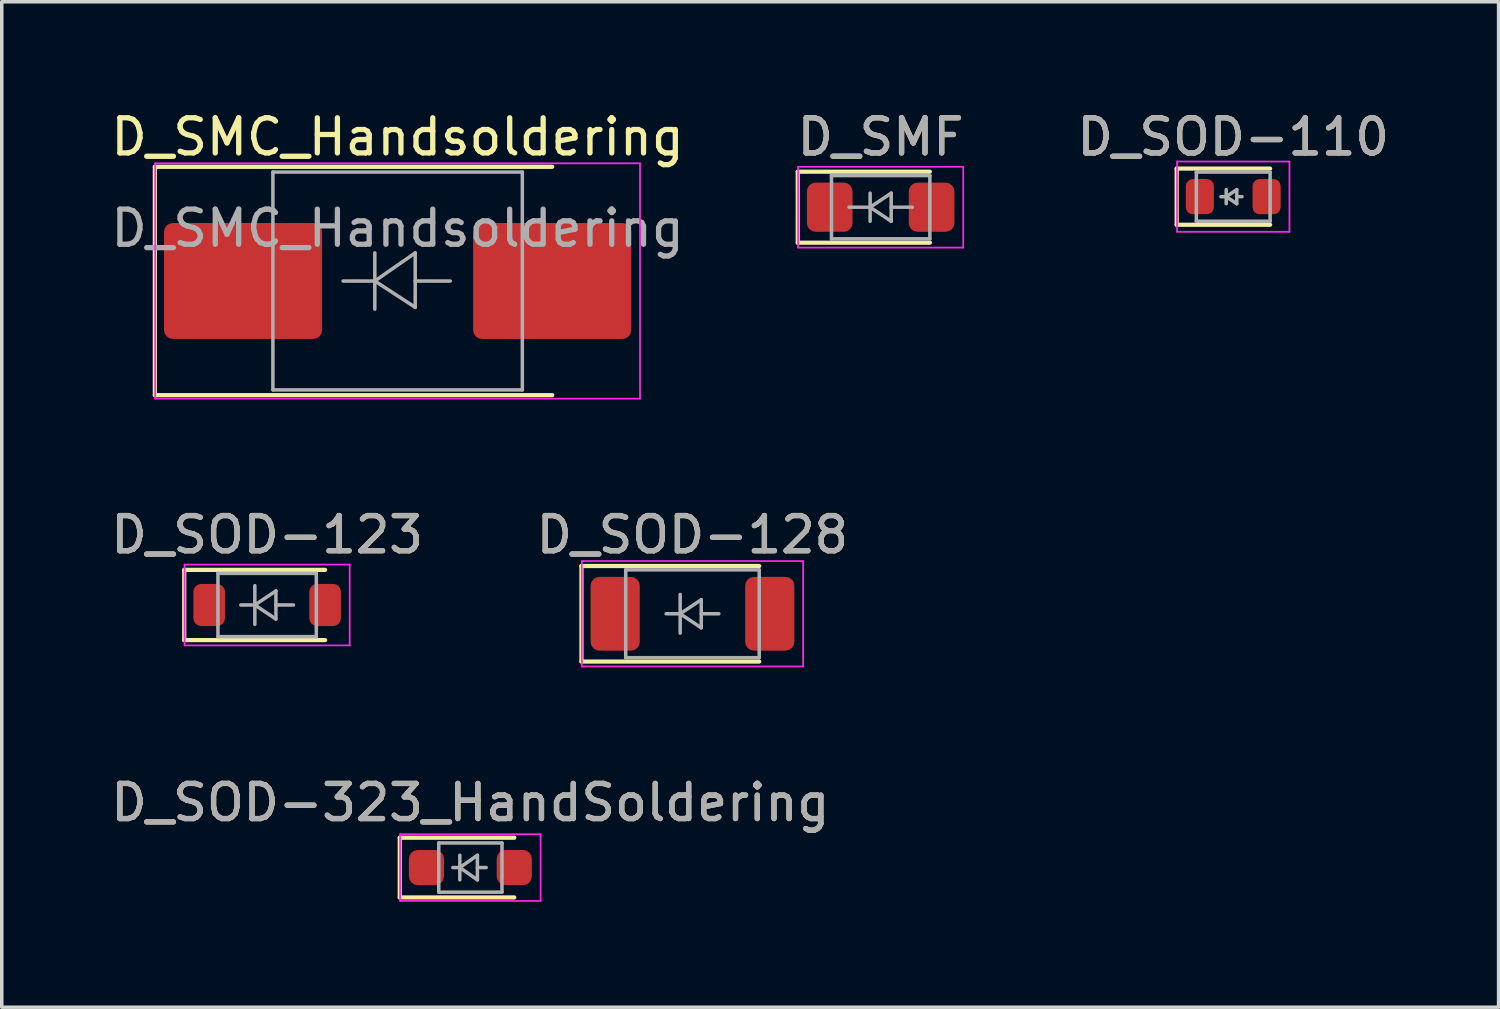
<source format=kicad_pcb>
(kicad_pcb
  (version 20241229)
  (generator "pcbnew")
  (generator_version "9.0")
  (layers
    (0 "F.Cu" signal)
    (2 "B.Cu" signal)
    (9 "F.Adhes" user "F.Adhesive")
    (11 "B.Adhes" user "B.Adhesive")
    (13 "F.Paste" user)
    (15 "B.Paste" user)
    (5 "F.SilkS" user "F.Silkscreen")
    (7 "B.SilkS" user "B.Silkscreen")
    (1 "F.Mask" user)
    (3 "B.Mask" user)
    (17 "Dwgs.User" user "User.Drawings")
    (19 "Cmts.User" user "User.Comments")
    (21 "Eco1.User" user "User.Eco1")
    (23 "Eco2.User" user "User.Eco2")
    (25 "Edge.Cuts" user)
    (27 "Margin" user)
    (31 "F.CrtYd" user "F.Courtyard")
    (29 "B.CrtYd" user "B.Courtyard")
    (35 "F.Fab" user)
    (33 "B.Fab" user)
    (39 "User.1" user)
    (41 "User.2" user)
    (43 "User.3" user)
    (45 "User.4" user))
  (footprint "D_SOD-110"
    (layer "F.Cu")
    (at 32.054 2.548)
    (property "Reference" "D_SOD-110" (at 0 -1.7 0) (layer "F.SilkS") (effects (font (size 1 1) (thickness 0.15))))
    (attr smd)
    (fp_line (start -1.61 -0.8) (end -1.61 0.8) (stroke (width 0.12) (type solid)) (layer "F.SilkS"))
    (fp_line (start -1.61 -0.8) (end 1.05 -0.8) (stroke (width 0.12) (type solid)) (layer "F.SilkS"))
    (fp_line (start -1.61 0.8) (end 1.05 0.8) (stroke (width 0.12) (type solid)) (layer "F.SilkS"))
    (fp_line (start -1.6 -1) (end -1.6 1) (stroke (width 0.05) (type solid)) (layer "F.CrtYd"))
    (fp_line (start -1.6 -1) (end 1.6 -1) (stroke (width 0.05) (type solid)) (layer "F.CrtYd"))
    (fp_line (start 1.6 -1) (end 1.6 1) (stroke (width 0.05) (type solid)) (layer "F.CrtYd"))
    (fp_line (start 1.6 1) (end -1.6 1) (stroke (width 0.05) (type solid)) (layer "F.CrtYd"))
    (fp_line (start -1.05 -0.7) (end -1.05 0.7) (stroke (width 0.1) (type solid)) (layer "F.Fab"))
    (fp_line (start -1.05 0.7) (end 1.05 0.7) (stroke (width 0.1) (type solid)) (layer "F.Fab"))
    (fp_line (start -0.2 0) (end -0.35 0) (stroke (width 0.1) (type solid)) (layer "F.Fab"))
    (fp_line (start -0.2 0) (end 0.1 0.2) (stroke (width 0.1) (type solid)) (layer "F.Fab"))
    (fp_line (start -0.2 0.2) (end -0.2 -0.2) (stroke (width 0.1) (type solid)) (layer "F.Fab"))
    (fp_line (start 0.1 -0.2) (end -0.2 0) (stroke (width 0.1) (type solid)) (layer "F.Fab"))
    (fp_line (start 0.1 0) (end 0.25 0) (stroke (width 0.1) (type solid)) (layer "F.Fab"))
    (fp_line (start 0.1 0.2) (end 0.1 -0.2) (stroke (width 0.1) (type solid)) (layer "F.Fab"))
    (fp_line (start 1.05 -0.7) (end -1.05 -0.7) (stroke (width 0.1) (type solid)) (layer "F.Fab"))
    (fp_line (start 1.05 0.7) (end 1.05 -0.7) (stroke (width 0.1) (type solid)) (layer "F.Fab"))
    (fp_text user "${REFERENCE}" (at 0 -1.7 0) (layer "F.Fab") (effects (font (size 1 1) (thickness 0.15))))
    (pad "1" smd roundrect (at -0.95 0) (size 0.8 1) (layers "F.Cu" "F.Mask" "F.Paste") (roundrect_rratio 0.25))
    (pad "2" smd roundrect (at 0.95 0) (size 0.8 1) (layers "F.Cu" "F.Mask" "F.Paste") (roundrect_rratio 0.25)))
  (footprint "D_SMC_Handsoldering"
    (layer "F.Cu")
    (at 8.268 4.948)
    (property "Reference" "D_SMC_Handsoldering" (at 0 -4.1 0) (layer "F.SilkS") (effects (font (size 1 1) (thickness 0.15))))
    (attr smd)
    (fp_line (start -6.91 -3.25) (end 4.4 -3.25) (stroke (width 0.12) (type solid)) (layer "F.SilkS"))
    (fp_line (start -6.91 3.25) (end -6.91 -3.25) (stroke (width 0.12) (type solid)) (layer "F.SilkS"))
    (fp_line (start -6.91 3.25) (end 4.4 3.25) (stroke (width 0.12) (type solid)) (layer "F.SilkS"))
    (fp_line (start -6.9 -3.35) (end 6.9 -3.35) (stroke (width 0.05) (type solid)) (layer "F.CrtYd"))
    (fp_line (start -6.9 3.35) (end -6.9 -3.35) (stroke (width 0.05) (type solid)) (layer "F.CrtYd"))
    (fp_line (start 6.9 -3.35) (end 6.9 3.35) (stroke (width 0.05) (type solid)) (layer "F.CrtYd"))
    (fp_line (start 6.9 3.35) (end -6.9 3.35) (stroke (width 0.05) (type solid)) (layer "F.CrtYd"))
    (fp_line (start -3.55 3.1) (end -3.55 -3.1) (stroke (width 0.1) (type solid)) (layer "F.Fab"))
    (fp_line (start -0.649 -0.799) (end -0.649 0.801) (stroke (width 0.1) (type solid)) (layer "F.Fab"))
    (fp_line (start -0.649 0.001) (end -1.551 0.001) (stroke (width 0.1) (type solid)) (layer "F.Fab"))
    (fp_line (start -0.649 0.001) (end 0.501 -0.799) (stroke (width 0.1) (type solid)) (layer "F.Fab"))
    (fp_line (start -0.649 0.001) (end 0.501 0.75) (stroke (width 0.1) (type solid)) (layer "F.Fab"))
    (fp_line (start 0.501 0.001) (end 1.499 0.001) (stroke (width 0.1) (type solid)) (layer "F.Fab"))
    (fp_line (start 0.501 0.75) (end 0.501 -0.799) (stroke (width 0.1) (type solid)) (layer "F.Fab"))
    (fp_line (start 3.55 -3.1) (end -3.55 -3.1) (stroke (width 0.1) (type solid)) (layer "F.Fab"))
    (fp_line (start 3.55 -3.1) (end 3.55 3.1) (stroke (width 0.1) (type solid)) (layer "F.Fab"))
    (fp_line (start 3.55 3.1) (end -3.55 3.1) (stroke (width 0.1) (type solid)) (layer "F.Fab"))
    (fp_text user "${REFERENCE}" (at 0 -1.5 0) (layer "F.Fab") (effects (font (size 1 1) (thickness 0.15))))
    (pad "1" smd roundrect (at -4.4 0 90) (size 3.3 4.5) (layers "F.Cu" "F.Mask" "F.Paste") (roundrect_rratio 0.076))
    (pad "2" smd roundrect (at 4.4 0 90) (size 3.3 4.5) (layers "F.Cu" "F.Mask" "F.Paste") (roundrect_rratio 0.076)))
  (footprint "D_SOD-123"
    (layer "F.Cu")
    (at 4.554 14.171)
    (property "Reference" "D_SOD-123" (at 0 -2 0) (layer "F.SilkS") (effects (font (size 1 1) (thickness 0.15))))
    (attr smd)
    (fp_line (start -2.36 -1) (end -2.36 1) (stroke (width 0.12) (type solid)) (layer "F.SilkS"))
    (fp_line (start -2.36 -1) (end 1.65 -1) (stroke (width 0.12) (type solid)) (layer "F.SilkS"))
    (fp_line (start -2.36 1) (end 1.65 1) (stroke (width 0.12) (type solid)) (layer "F.SilkS"))
    (fp_line (start -2.35 -1.15) (end -2.35 1.15) (stroke (width 0.05) (type solid)) (layer "F.CrtYd"))
    (fp_line (start -2.35 -1.15) (end 2.35 -1.15) (stroke (width 0.05) (type solid)) (layer "F.CrtYd"))
    (fp_line (start 2.35 -1.15) (end 2.35 1.15) (stroke (width 0.05) (type solid)) (layer "F.CrtYd"))
    (fp_line (start 2.35 1.15) (end -2.35 1.15) (stroke (width 0.05) (type solid)) (layer "F.CrtYd"))
    (fp_line (start -1.4 -0.9) (end 1.4 -0.9) (stroke (width 0.1) (type solid)) (layer "F.Fab"))
    (fp_line (start -1.4 0.9) (end -1.4 -0.9) (stroke (width 0.1) (type solid)) (layer "F.Fab"))
    (fp_line (start -0.75 0) (end -0.35 0) (stroke (width 0.1) (type solid)) (layer "F.Fab"))
    (fp_line (start -0.35 0) (end -0.35 -0.55) (stroke (width 0.1) (type solid)) (layer "F.Fab"))
    (fp_line (start -0.35 0) (end -0.35 0.55) (stroke (width 0.1) (type solid)) (layer "F.Fab"))
    (fp_line (start -0.35 0) (end 0.25 -0.4) (stroke (width 0.1) (type solid)) (layer "F.Fab"))
    (fp_line (start 0.25 -0.4) (end 0.25 0.4) (stroke (width 0.1) (type solid)) (layer "F.Fab"))
    (fp_line (start 0.25 0) (end 0.75 0) (stroke (width 0.1) (type solid)) (layer "F.Fab"))
    (fp_line (start 0.25 0.4) (end -0.35 0) (stroke (width 0.1) (type solid)) (layer "F.Fab"))
    (fp_line (start 1.4 -0.9) (end 1.4 0.9) (stroke (width 0.1) (type solid)) (layer "F.Fab"))
    (fp_line (start 1.4 0.9) (end -1.4 0.9) (stroke (width 0.1) (type solid)) (layer "F.Fab"))
    (fp_text user "${REFERENCE}" (at 0 -2 0) (layer "F.Fab") (effects (font (size 1 1) (thickness 0.15))))
    (pad "1" smd roundrect (at -1.65 0) (size 0.9 1.2) (layers "F.Cu" "F.Mask" "F.Paste") (roundrect_rratio 0.25))
    (pad "2" smd roundrect (at 1.65 0) (size 0.9 1.2) (layers "F.Cu" "F.Mask" "F.Paste") (roundrect_rratio 0.25)))
  (footprint "D_SMF"
    (layer "F.Cu")
    (at 22.018 2.848)
    (property "Reference" "D_SMF" (at 0 -2 0) (layer "F.SilkS") (effects (font (size 1 1) (thickness 0.15))))
    (attr smd)
    (fp_line (start -2.36 -1.01) (end -2.36 1.01) (stroke (width 0.12) (type solid)) (layer "F.SilkS"))
    (fp_line (start -2.36 -1.01) (end 1.4 -1.01) (stroke (width 0.12) (type solid)) (layer "F.SilkS"))
    (fp_line (start -2.36 1.01) (end 1.4 1.01) (stroke (width 0.12) (type solid)) (layer "F.SilkS"))
    (fp_line (start -2.35 -1.15) (end 2.35 -1.15) (stroke (width 0.05) (type solid)) (layer "F.CrtYd"))
    (fp_line (start -2.35 1.15) (end -2.35 -1.15) (stroke (width 0.05) (type solid)) (layer "F.CrtYd"))
    (fp_line (start 2.35 -1.15) (end 2.35 1.15) (stroke (width 0.05) (type solid)) (layer "F.CrtYd"))
    (fp_line (start 2.35 1.15) (end -2.35 1.15) (stroke (width 0.05) (type solid)) (layer "F.CrtYd"))
    (fp_line (start -1.4 0.9) (end -1.4 -0.9) (stroke (width 0.1) (type solid)) (layer "F.Fab"))
    (fp_line (start -0.3 -0.4) (end -0.3 0.4) (stroke (width 0.1) (type solid)) (layer "F.Fab"))
    (fp_line (start -0.3 0) (end -0.9 0) (stroke (width 0.1) (type solid)) (layer "F.Fab"))
    (fp_line (start -0.3 0) (end 0.3 -0.4) (stroke (width 0.1) (type solid)) (layer "F.Fab"))
    (fp_line (start -0.3 0.001) (end 0.3 0.4) (stroke (width 0.1) (type solid)) (layer "F.Fab"))
    (fp_line (start 0.3 0) (end 0.9 0) (stroke (width 0.1) (type solid)) (layer "F.Fab"))
    (fp_line (start 0.3 0.4) (end 0.3 -0.4) (stroke (width 0.1) (type solid)) (layer "F.Fab"))
    (fp_line (start 1.4 -0.9) (end -1.4 -0.9) (stroke (width 0.1) (type solid)) (layer "F.Fab"))
    (fp_line (start 1.4 -0.9) (end 1.4 0.9) (stroke (width 0.1) (type solid)) (layer "F.Fab"))
    (fp_line (start 1.4 0.9) (end -1.4 0.9) (stroke (width 0.1) (type solid)) (layer "F.Fab"))
    (fp_text user "${REFERENCE}" (at 0 -2 0) (layer "F.Fab") (effects (font (size 1 1) (thickness 0.15))))
    (pad "1" smd roundrect (at -1.45 0) (size 1.3 1.4) (layers "F.Cu" "F.Mask" "F.Paste") (roundrect_rratio 0.192))
    (pad "2" smd roundrect (at 1.45 0) (size 1.3 1.4) (layers "F.Cu" "F.Mask" "F.Paste") (roundrect_rratio 0.192)))
  (footprint "D_SOD-128"
    (layer "F.Cu")
    (at 16.661 14.421)
    (property "Reference" "D_SOD-128" (at 0 -2.25 0) (layer "F.SilkS") (effects (font (size 1 1) (thickness 0.15))))
    (attr smd)
    (fp_line (start -3.16 -1.36) (end -3.16 1.36) (stroke (width 0.12) (type solid)) (layer "F.SilkS"))
    (fp_line (start -3.16 -1.36) (end 1.9 -1.36) (stroke (width 0.12) (type solid)) (layer "F.SilkS"))
    (fp_line (start -3.16 1.36) (end 1.9 1.36) (stroke (width 0.12) (type solid)) (layer "F.SilkS"))
    (fp_line (start -3.15 -1.5) (end -3.15 1.5) (stroke (width 0.05) (type solid)) (layer "F.CrtYd"))
    (fp_line (start -3.15 -1.5) (end 3.15 -1.5) (stroke (width 0.05) (type solid)) (layer "F.CrtYd"))
    (fp_line (start 3.15 -1.5) (end 3.15 1.5) (stroke (width 0.05) (type solid)) (layer "F.CrtYd"))
    (fp_line (start 3.15 1.5) (end -3.15 1.5) (stroke (width 0.05) (type solid)) (layer "F.CrtYd"))
    (fp_line (start -1.9 -1.25) (end 1.9 -1.25) (stroke (width 0.1) (type solid)) (layer "F.Fab"))
    (fp_line (start -1.9 1.25) (end -1.9 -1.25) (stroke (width 0.1) (type solid)) (layer "F.Fab"))
    (fp_line (start -0.75 0) (end -0.35 0) (stroke (width 0.1) (type solid)) (layer "F.Fab"))
    (fp_line (start -0.35 0) (end -0.35 -0.55) (stroke (width 0.1) (type solid)) (layer "F.Fab"))
    (fp_line (start -0.35 0) (end -0.35 0.55) (stroke (width 0.1) (type solid)) (layer "F.Fab"))
    (fp_line (start -0.35 0) (end 0.25 -0.4) (stroke (width 0.1) (type solid)) (layer "F.Fab"))
    (fp_line (start 0.25 -0.4) (end 0.25 0.4) (stroke (width 0.1) (type solid)) (layer "F.Fab"))
    (fp_line (start 0.25 0) (end 0.75 0) (stroke (width 0.1) (type solid)) (layer "F.Fab"))
    (fp_line (start 0.25 0.4) (end -0.35 0) (stroke (width 0.1) (type solid)) (layer "F.Fab"))
    (fp_line (start 1.9 -1.25) (end 1.9 1.25) (stroke (width 0.1) (type solid)) (layer "F.Fab"))
    (fp_line (start 1.9 1.25) (end -1.9 1.25) (stroke (width 0.1) (type solid)) (layer "F.Fab"))
    (fp_text user "${REFERENCE}" (at 0 -2.25 0) (layer "F.Fab") (effects (font (size 1 1) (thickness 0.15))))
    (pad "1" smd roundrect (at -2.2 0) (size 1.4 2.1) (layers "F.Cu" "F.Mask" "F.Paste") (roundrect_rratio 0.179))
    (pad "2" smd roundrect (at 2.2 0) (size 1.4 2.1) (layers "F.Cu" "F.Mask" "F.Paste") (roundrect_rratio 0.179)))
  (footprint "D_SOD-323_HandSoldering"
    (layer "F.Cu")
    (at 10.339 21.645)
    (property "Reference" "D_SOD-323_HandSoldering" (at 0 -1.85 0) (layer "F.SilkS") (effects (font (size 1 1) (thickness 0.15))))
    (attr smd)
    (fp_line (start -2.01 -0.85) (end -2.01 0.85) (stroke (width 0.12) (type solid)) (layer "F.SilkS"))
    (fp_line (start -2.01 -0.85) (end 1.25 -0.85) (stroke (width 0.12) (type solid)) (layer "F.SilkS"))
    (fp_line (start -2.01 0.85) (end 1.25 0.85) (stroke (width 0.12) (type solid)) (layer "F.SilkS"))
    (fp_line (start -2 -0.95) (end -2 0.95) (stroke (width 0.05) (type solid)) (layer "F.CrtYd"))
    (fp_line (start -2 -0.95) (end 2 -0.95) (stroke (width 0.05) (type solid)) (layer "F.CrtYd"))
    (fp_line (start -2 0.95) (end 2 0.95) (stroke (width 0.05) (type solid)) (layer "F.CrtYd"))
    (fp_line (start 2 -0.95) (end 2 0.95) (stroke (width 0.05) (type solid)) (layer "F.CrtYd"))
    (fp_line (start -0.9 -0.7) (end 0.9 -0.7) (stroke (width 0.1) (type solid)) (layer "F.Fab"))
    (fp_line (start -0.9 0.7) (end -0.9 -0.7) (stroke (width 0.1) (type solid)) (layer "F.Fab"))
    (fp_line (start -0.3 -0.35) (end -0.3 0.35) (stroke (width 0.1) (type solid)) (layer "F.Fab"))
    (fp_line (start -0.3 0) (end -0.5 0) (stroke (width 0.1) (type solid)) (layer "F.Fab"))
    (fp_line (start -0.3 0) (end 0.2 -0.35) (stroke (width 0.1) (type solid)) (layer "F.Fab"))
    (fp_line (start 0.2 -0.35) (end 0.2 0.35) (stroke (width 0.1) (type solid)) (layer "F.Fab"))
    (fp_line (start 0.2 0) (end 0.45 0) (stroke (width 0.1) (type solid)) (layer "F.Fab"))
    (fp_line (start 0.2 0.35) (end -0.3 0) (stroke (width 0.1) (type solid)) (layer "F.Fab"))
    (fp_line (start 0.9 -0.7) (end 0.9 0.7) (stroke (width 0.1) (type solid)) (layer "F.Fab"))
    (fp_line (start 0.9 0.7) (end -0.9 0.7) (stroke (width 0.1) (type solid)) (layer "F.Fab"))
    (fp_text user "${REFERENCE}" (at 0 -1.85 0) (layer "F.Fab") (effects (font (size 1 1) (thickness 0.15))))
    (pad "1" smd roundrect (at -1.25 0) (size 1 1) (layers "F.Cu" "F.Mask" "F.Paste") (roundrect_rratio 0.25))
    (pad "2" smd roundrect (at 1.25 0) (size 1 1) (layers "F.Cu" "F.Mask" "F.Paste") (roundrect_rratio 0.25)))
  (gr_rect
    (start -3 -3)
    (end 39.607 25.62)
    (stroke (width 0.1) (type default))
    (fill no)
    (layer "Edge.Cuts")))
</source>
